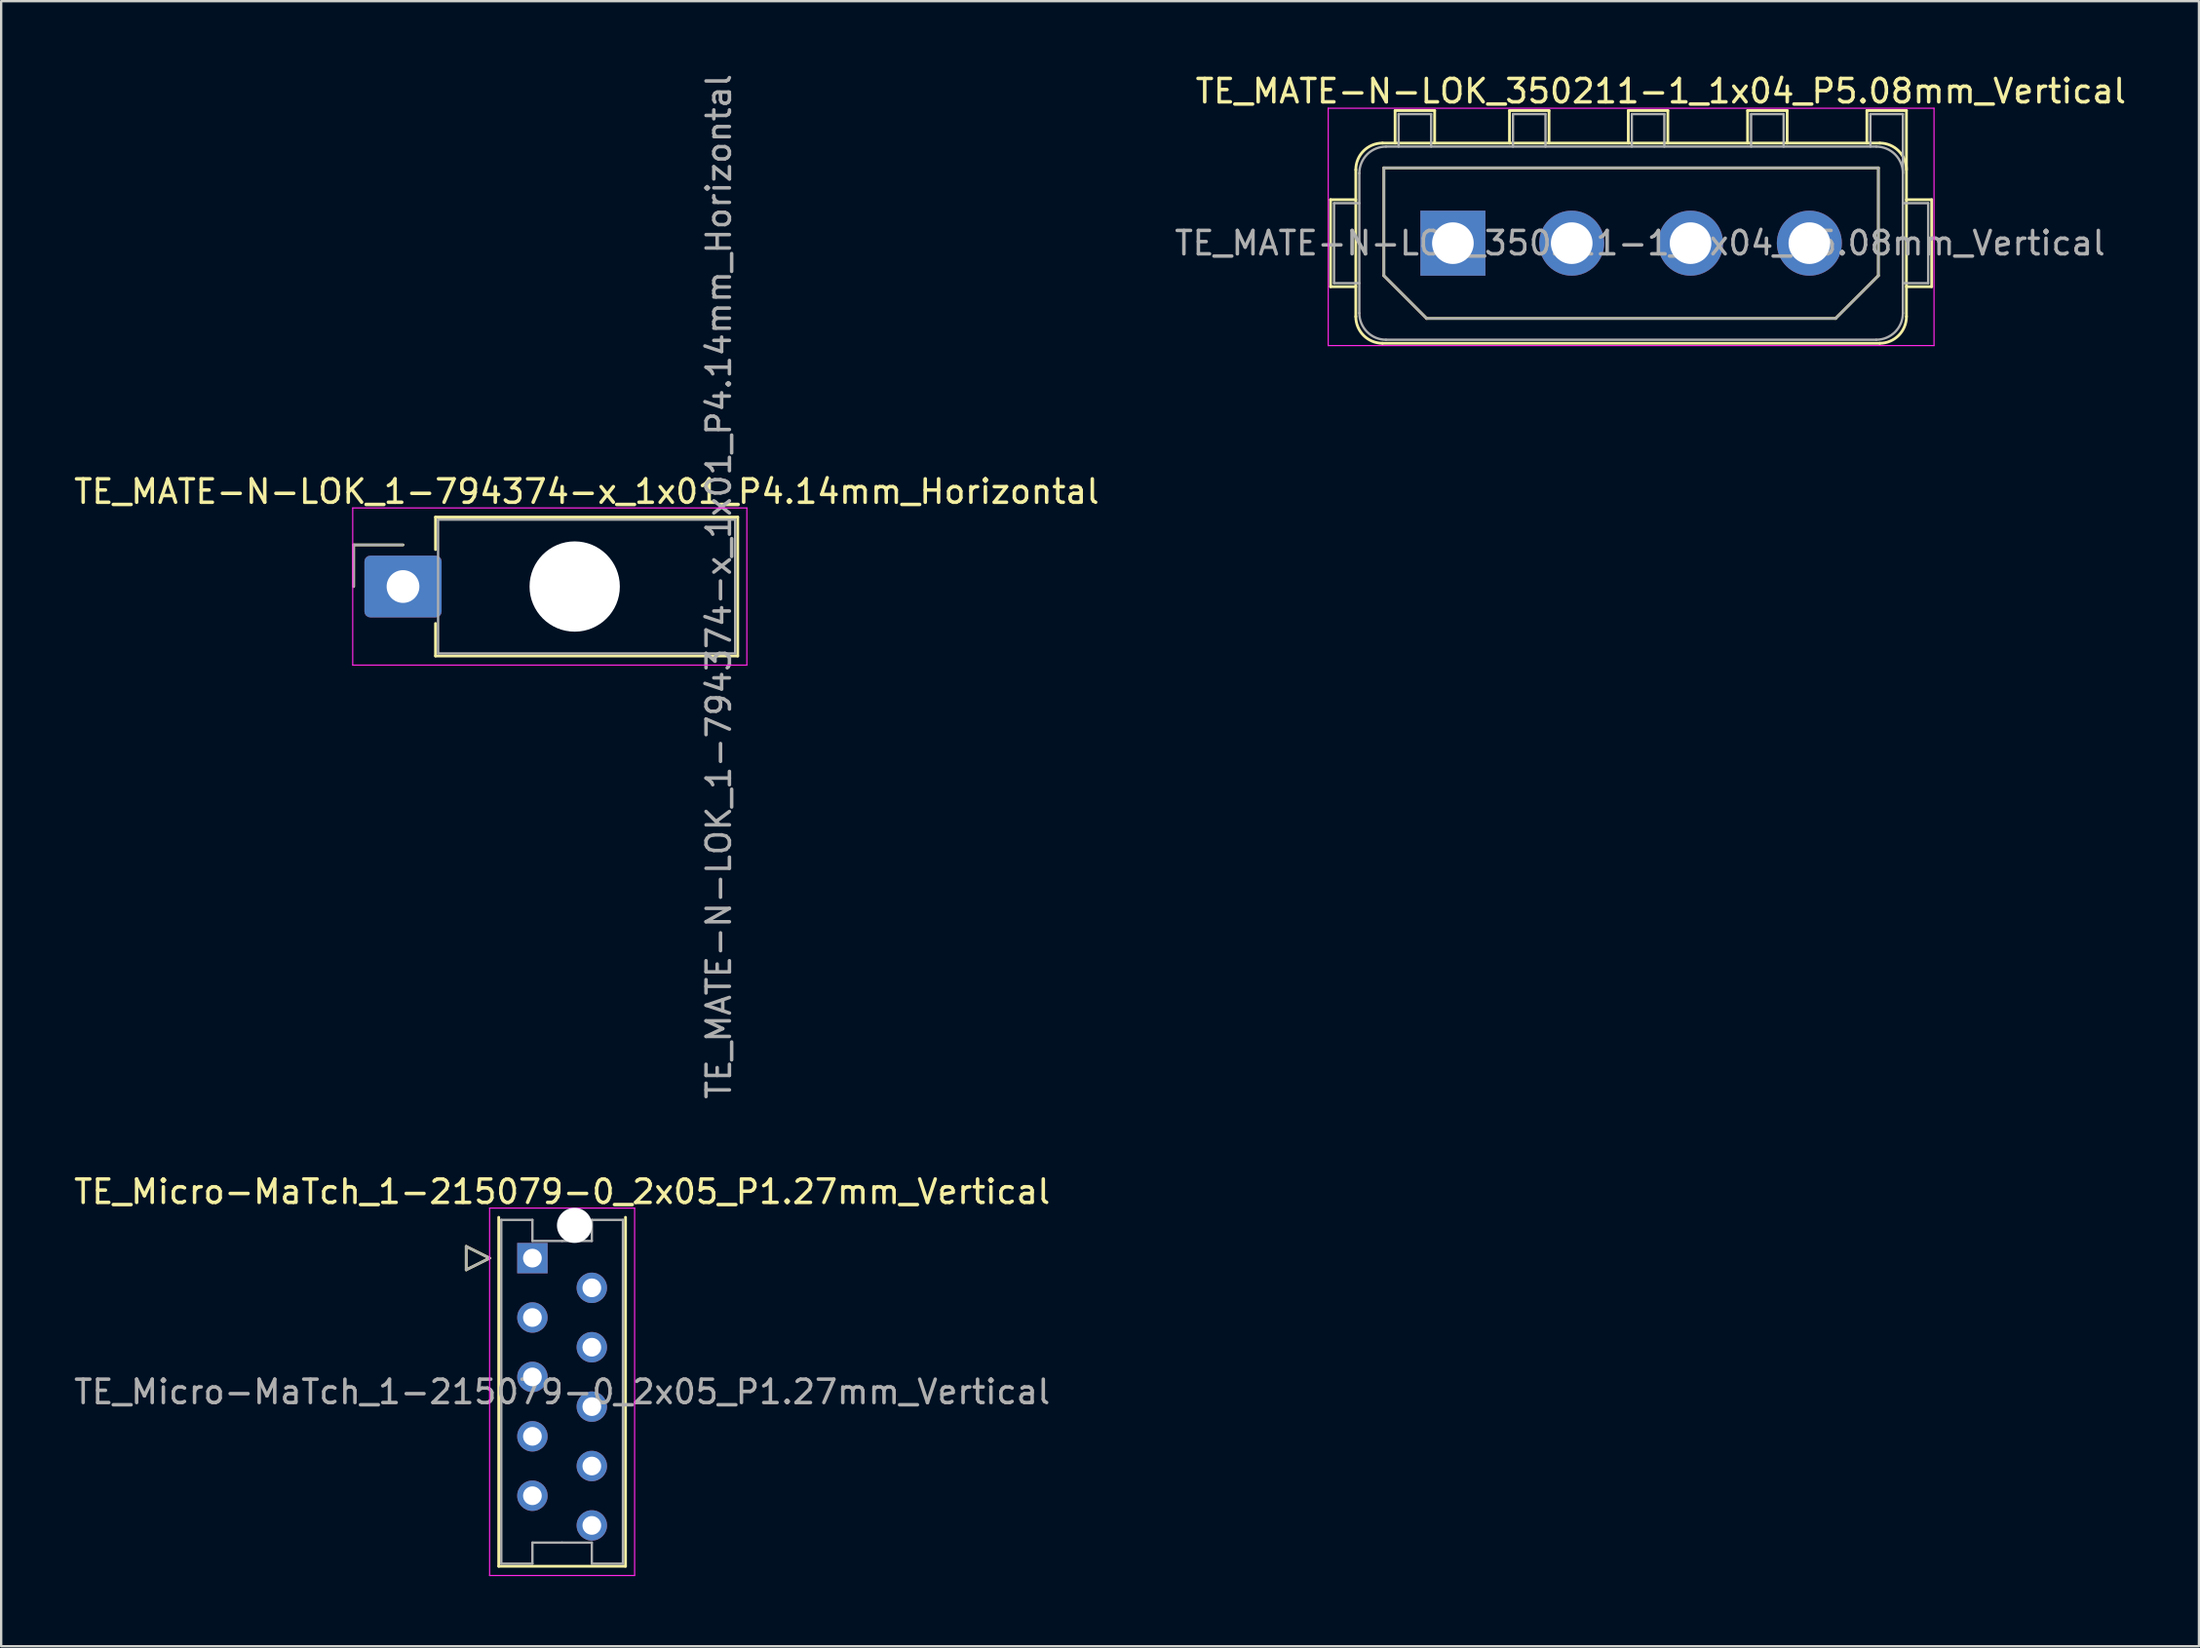
<source format=kicad_pcb>
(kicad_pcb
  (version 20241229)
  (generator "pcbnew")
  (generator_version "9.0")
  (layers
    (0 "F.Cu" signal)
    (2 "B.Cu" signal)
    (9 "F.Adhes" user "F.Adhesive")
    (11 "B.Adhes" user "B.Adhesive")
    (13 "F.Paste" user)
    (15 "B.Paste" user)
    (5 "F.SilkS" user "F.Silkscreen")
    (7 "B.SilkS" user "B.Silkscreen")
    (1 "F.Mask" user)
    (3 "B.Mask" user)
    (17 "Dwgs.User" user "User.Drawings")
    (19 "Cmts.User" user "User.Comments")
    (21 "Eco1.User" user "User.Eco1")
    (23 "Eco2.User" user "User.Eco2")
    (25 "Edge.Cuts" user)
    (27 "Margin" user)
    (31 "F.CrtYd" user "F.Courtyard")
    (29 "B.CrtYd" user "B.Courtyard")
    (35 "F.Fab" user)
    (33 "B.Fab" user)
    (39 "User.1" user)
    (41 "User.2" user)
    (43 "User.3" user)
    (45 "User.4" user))
  (footprint "TE_Micro-MaTch_1-215079-0_2x05_P1.27mm_Vertical"
    (layer "F.Cu")
    (at 19.712 50.748)
    (property "Reference" "TE_Micro-MaTch_1-215079-0_2x05_P1.27mm_Vertical" (at 1.27 -2.84 0) (layer "F.SilkS") (effects (font (size 1 1) (thickness 0.15))))
    (attr through_hole)
    (fp_line (start -2.83 -0.5) (end -1.83 0) (stroke (width 0.12) (type solid)) (layer "F.SilkS"))
    (fp_line (start -2.83 0.5) (end -2.83 -0.5) (stroke (width 0.12) (type solid)) (layer "F.SilkS"))
    (fp_line (start -1.83 0) (end -2.83 0.5) (stroke (width 0.12) (type solid)) (layer "F.SilkS"))
    (fp_line (start -1.44 -1.745) (end -1.44 13.175) (stroke (width 0.12) (type solid)) (layer "F.SilkS"))
    (fp_line (start -1.44 13.175) (end 3.98 13.175) (stroke (width 0.12) (type solid)) (layer "F.SilkS"))
    (fp_line (start 3.98 13.175) (end 3.98 -1.745) (stroke (width 0.12) (type solid)) (layer "F.SilkS"))
    (fp_line (start -1.83 -2.14) (end -1.83 13.57) (stroke (width 0.05) (type solid)) (layer "F.CrtYd"))
    (fp_line (start -1.83 13.57) (end 4.37 13.57) (stroke (width 0.05) (type solid)) (layer "F.CrtYd"))
    (fp_line (start 4.37 -2.14) (end -1.83 -2.14) (stroke (width 0.05) (type solid)) (layer "F.CrtYd"))
    (fp_line (start 4.37 13.57) (end 4.37 -2.14) (stroke (width 0.05) (type solid)) (layer "F.CrtYd"))
    (fp_line (start -2.83 -0.5) (end -1.83 0) (stroke (width 0.1) (type solid)) (layer "F.Fab"))
    (fp_line (start -2.83 0.5) (end -2.83 -0.5) (stroke (width 0.1) (type solid)) (layer "F.Fab"))
    (fp_line (start -1.83 0) (end -2.83 0.5) (stroke (width 0.1) (type solid)) (layer "F.Fab"))
    (fp_line (start -1.33 -1.635) (end -1.33 5.715) (stroke (width 0.1) (type solid)) (layer "F.Fab"))
    (fp_line (start -1.33 13.065) (end -1.33 5.715) (stroke (width 0.1) (type solid)) (layer "F.Fab"))
    (fp_line (start 0 -1.635) (end -1.33 -1.635) (stroke (width 0.1) (type solid)) (layer "F.Fab"))
    (fp_line (start 0 -0.735) (end 0 -1.635) (stroke (width 0.1) (type solid)) (layer "F.Fab"))
    (fp_line (start 0 12.165) (end 0 13.065) (stroke (width 0.1) (type solid)) (layer "F.Fab"))
    (fp_line (start 0 13.065) (end -1.33 13.065) (stroke (width 0.1) (type solid)) (layer "F.Fab"))
    (fp_line (start 1.27 -0.735) (end 0 -0.735) (stroke (width 0.1) (type solid)) (layer "F.Fab"))
    (fp_line (start 1.27 -0.735) (end 2.54 -0.735) (stroke (width 0.1) (type solid)) (layer "F.Fab"))
    (fp_line (start 1.27 12.165) (end 0 12.165) (stroke (width 0.1) (type solid)) (layer "F.Fab"))
    (fp_line (start 1.27 12.165) (end 2.54 12.165) (stroke (width 0.1) (type solid)) (layer "F.Fab"))
    (fp_line (start 2.54 -1.635) (end 3.87 -1.635) (stroke (width 0.1) (type solid)) (layer "F.Fab"))
    (fp_line (start 2.54 -0.735) (end 2.54 -1.635) (stroke (width 0.1) (type solid)) (layer "F.Fab"))
    (fp_line (start 2.54 12.165) (end 2.54 13.065) (stroke (width 0.1) (type solid)) (layer "F.Fab"))
    (fp_line (start 2.54 13.065) (end 3.87 13.065) (stroke (width 0.1) (type solid)) (layer "F.Fab"))
    (fp_line (start 3.87 -1.635) (end 3.87 5.715) (stroke (width 0.1) (type solid)) (layer "F.Fab"))
    (fp_line (start 3.87 13.065) (end 3.87 5.715) (stroke (width 0.1) (type solid)) (layer "F.Fab"))
    (fp_text user "${REFERENCE}" (at 1.27 5.72 0) (layer "F.Fab") (effects (font (size 1 1) (thickness 0.15))))
    (pad "" np_thru_hole circle (at 1.8 -1.4) (size 1.5 1.5) (drill 1.5) (layers "*.Cu" "*.Mask"))
    (pad "1" thru_hole rect (at 0 0) (size 1.3 1.3) (drill 0.8) (layers "*.Cu" "*.Mask"))
    (pad "2" thru_hole circle (at 2.54 1.27) (size 1.3 1.3) (drill 0.8) (layers "*.Cu" "*.Mask"))
    (pad "3" thru_hole circle (at 0 2.54) (size 1.3 1.3) (drill 0.8) (layers "*.Cu" "*.Mask"))
    (pad "4" thru_hole circle (at 2.54 3.81) (size 1.3 1.3) (drill 0.8) (layers "*.Cu" "*.Mask"))
    (pad "5" thru_hole circle (at 0 5.08) (size 1.3 1.3) (drill 0.8) (layers "*.Cu" "*.Mask"))
    (pad "6" thru_hole circle (at 2.54 6.35) (size 1.3 1.3) (drill 0.8) (layers "*.Cu" "*.Mask"))
    (pad "7" thru_hole circle (at 0 7.62) (size 1.3 1.3) (drill 0.8) (layers "*.Cu" "*.Mask"))
    (pad "8" thru_hole circle (at 2.54 8.89) (size 1.3 1.3) (drill 0.8) (layers "*.Cu" "*.Mask"))
    (pad "9" thru_hole circle (at 0 10.16) (size 1.3 1.3) (drill 0.8) (layers "*.Cu" "*.Mask"))
    (pad "10" thru_hole circle (at 2.54 11.43) (size 1.3 1.3) (drill 0.8) (layers "*.Cu" "*.Mask")))
  (footprint "TE_MATE-N-LOK_1-794374-x_1x01_P4.14mm_Horizontal"
    (layer "F.Cu")
    (at 14.18 22.03)
    (property "Reference" "TE_MATE-N-LOK_1-794374-x_1x01_P4.14mm_Horizontal" (at 7.85 -4.06 0) (layer "F.SilkS") (effects (font (size 1 1) (thickness 0.15))))
    (attr through_hole)
    (fp_line (start -2.11 -1.78) (end -2.11 0) (stroke (width 0.12) (type solid)) (layer "F.SilkS"))
    (fp_line (start 0 -1.78) (end -2.11 -1.78) (stroke (width 0.12) (type solid)) (layer "F.SilkS"))
    (fp_line (start 1.39 -2.97) (end 14.31 -2.97) (stroke (width 0.12) (type solid)) (layer "F.SilkS"))
    (fp_line (start 1.39 -1.58) (end 1.39 -2.97) (stroke (width 0.12) (type solid)) (layer "F.SilkS"))
    (fp_line (start 1.39 2.97) (end 1.39 1.58) (stroke (width 0.12) (type solid)) (layer "F.SilkS"))
    (fp_line (start 14.31 -2.97) (end 14.31 2.97) (stroke (width 0.12) (type solid)) (layer "F.SilkS"))
    (fp_line (start 14.31 2.97) (end 1.39 2.97) (stroke (width 0.12) (type solid)) (layer "F.SilkS"))
    (fp_line (start -2.15 -3.36) (end -2.15 3.36) (stroke (width 0.05) (type solid)) (layer "F.CrtYd"))
    (fp_line (start -2.15 3.36) (end 14.7 3.36) (stroke (width 0.05) (type solid)) (layer "F.CrtYd"))
    (fp_line (start 14.7 -3.36) (end -2.15 -3.36) (stroke (width 0.05) (type solid)) (layer "F.CrtYd"))
    (fp_line (start 14.7 3.36) (end 14.7 -3.36) (stroke (width 0.05) (type solid)) (layer "F.CrtYd"))
    (fp_line (start -2.11 -1.78) (end -2.11 0) (stroke (width 0.1) (type solid)) (layer "F.Fab"))
    (fp_line (start 0 -1.78) (end -2.11 -1.78) (stroke (width 0.1) (type solid)) (layer "F.Fab"))
    (fp_line (start 1.5 -2.86) (end 1.5 2.86) (stroke (width 0.1) (type solid)) (layer "F.Fab"))
    (fp_line (start 1.5 2.86) (end 14.2 2.86) (stroke (width 0.1) (type solid)) (layer "F.Fab"))
    (fp_line (start 14.2 -2.86) (end 1.5 -2.86) (stroke (width 0.1) (type solid)) (layer "F.Fab"))
    (fp_line (start 14.2 2.86) (end 14.2 -2.86) (stroke (width 0.1) (type solid)) (layer "F.Fab"))
    (fp_text user "${REFERENCE}" (at 13.5 0 90) (layer "F.Fab") (effects (font (size 1 1) (thickness 0.15))))
    (pad "" np_thru_hole circle (at 7.34 0) (size 3.86 3.86) (drill 3.86) (layers "*.Cu" "*.Mask"))
    (pad "1" thru_hole roundrect (at 0 0) (size 3.3 2.64) (drill 1.4) (layers "*.Cu" "*.Mask") (roundrect_rratio 0.095)))
  (footprint "TE_MATE-N-LOK_350211-1_1x04_P5.08mm_Vertical"
    (layer "F.Cu")
    (at 59.065 7.348)
    (property "Reference" "TE_MATE-N-LOK_350211-1_1x04_P5.08mm_Vertical" (at 8.89 -6.5 0) (layer "F.SilkS") (effects (font (size 1 1) (thickness 0.15))))
    (attr through_hole)
    (fp_line (start -5.23 -1.86) (end -4.15 -1.86) (stroke (width 0.12) (type solid)) (layer "F.SilkS"))
    (fp_line (start -5.23 1.86) (end -5.23 -1.86) (stroke (width 0.12) (type solid)) (layer "F.SilkS"))
    (fp_line (start -4.15 -3.14) (end -4.15 3.14) (stroke (width 0.12) (type solid)) (layer "F.SilkS"))
    (fp_line (start -4.15 1.86) (end -5.23 1.86) (stroke (width 0.12) (type solid)) (layer "F.SilkS"))
    (fp_line (start -3.01 4.28) (end 18.25 4.28) (stroke (width 0.12) (type solid)) (layer "F.SilkS"))
    (fp_line (start -2.95 -3.22) (end 18.19 -3.22) (stroke (width 0.12) (type solid)) (layer "F.SilkS"))
    (fp_line (start -2.95 1.39) (end -2.95 -3.22) (stroke (width 0.12) (type solid)) (layer "F.SilkS"))
    (fp_line (start -2.47 -5.67) (end -0.78 -5.67) (stroke (width 0.12) (type solid)) (layer "F.SilkS"))
    (fp_line (start -2.47 -4.28) (end -2.47 -5.67) (stroke (width 0.12) (type solid)) (layer "F.SilkS"))
    (fp_line (start -1.12 3.22) (end -2.95 1.39) (stroke (width 0.12) (type solid)) (layer "F.SilkS"))
    (fp_line (start -0.78 -5.67) (end -0.78 -4.28) (stroke (width 0.12) (type solid)) (layer "F.SilkS"))
    (fp_line (start 2.42 -5.67) (end 4.11 -5.67) (stroke (width 0.12) (type solid)) (layer "F.SilkS"))
    (fp_line (start 2.42 -4.28) (end 2.42 -5.67) (stroke (width 0.12) (type solid)) (layer "F.SilkS"))
    (fp_line (start 4.11 -5.67) (end 4.11 -4.28) (stroke (width 0.12) (type solid)) (layer "F.SilkS"))
    (fp_line (start 7.5 -5.67) (end 9.19 -5.67) (stroke (width 0.12) (type solid)) (layer "F.SilkS"))
    (fp_line (start 7.5 -4.28) (end 7.5 -5.67) (stroke (width 0.12) (type solid)) (layer "F.SilkS"))
    (fp_line (start 9.19 -5.67) (end 9.19 -4.28) (stroke (width 0.12) (type solid)) (layer "F.SilkS"))
    (fp_line (start 12.6 -5.67) (end 14.29 -5.67) (stroke (width 0.12) (type solid)) (layer "F.SilkS"))
    (fp_line (start 12.6 -4.28) (end 12.6 -5.67) (stroke (width 0.12) (type solid)) (layer "F.SilkS"))
    (fp_line (start 14.29 -5.67) (end 14.29 -4.28) (stroke (width 0.12) (type solid)) (layer "F.SilkS"))
    (fp_line (start 16.36 3.22) (end -1.12 3.22) (stroke (width 0.12) (type solid)) (layer "F.SilkS"))
    (fp_line (start 17.7 -5.67) (end 19.39 -5.67) (stroke (width 0.12) (type solid)) (layer "F.SilkS"))
    (fp_line (start 17.7 -4.28) (end 17.7 -5.67) (stroke (width 0.12) (type solid)) (layer "F.SilkS"))
    (fp_line (start 18.19 -3.22) (end 18.19 1.39) (stroke (width 0.12) (type solid)) (layer "F.SilkS"))
    (fp_line (start 18.19 1.39) (end 16.36 3.22) (stroke (width 0.12) (type solid)) (layer "F.SilkS"))
    (fp_line (start 18.25 -4.28) (end -3.01 -4.28) (stroke (width 0.12) (type solid)) (layer "F.SilkS"))
    (fp_line (start 19.39 1.86) (end 20.47 1.86) (stroke (width 0.12) (type solid)) (layer "F.SilkS"))
    (fp_line (start 19.39 3.14) (end 19.39 -5.67) (stroke (width 0.12) (type solid)) (layer "F.SilkS"))
    (fp_line (start 20.47 -1.86) (end 19.39 -1.86) (stroke (width 0.12) (type solid)) (layer "F.SilkS"))
    (fp_line (start 20.47 1.86) (end 20.47 -1.86) (stroke (width 0.12) (type solid)) (layer "F.SilkS"))
    (fp_arc (start -4.15 -3.14) (mid -3.816102 -3.946102) (end -3.01 -4.28) (stroke (width 0.12) (type solid)) (layer "F.SilkS"))
    (fp_arc (start -3.01 4.28) (mid -3.816102 3.946102) (end -4.15 3.14) (stroke (width 0.12) (type solid)) (layer "F.SilkS"))
    (fp_arc (start 18.25 -4.28) (mid 19.056102 -3.946102) (end 19.39 -3.14) (stroke (width 0.12) (type solid)) (layer "F.SilkS"))
    (fp_arc (start 19.39 3.14) (mid 19.056102 3.946102) (end 18.25 4.28) (stroke (width 0.12) (type solid)) (layer "F.SilkS"))
    (fp_line (start -5.33 -5.77) (end -5.33 4.38) (stroke (width 0.05) (type solid)) (layer "F.CrtYd"))
    (fp_line (start -5.33 4.38) (end 20.57 4.38) (stroke (width 0.05) (type solid)) (layer "F.CrtYd"))
    (fp_line (start 20.57 -5.77) (end -5.33 -5.77) (stroke (width 0.05) (type solid)) (layer "F.CrtYd"))
    (fp_line (start 20.57 4.38) (end 20.57 -5.77) (stroke (width 0.05) (type solid)) (layer "F.CrtYd"))
    (fp_line (start -5.08 -1.71) (end -4 -1.71) (stroke (width 0.1) (type solid)) (layer "F.Fab"))
    (fp_line (start -5.08 1.71) (end -5.08 -1.71) (stroke (width 0.1) (type solid)) (layer "F.Fab"))
    (fp_line (start -4 -2.99) (end -4 2.99) (stroke (width 0.1) (type solid)) (layer "F.Fab"))
    (fp_line (start -4 1.71) (end -5.08 1.71) (stroke (width 0.1) (type solid)) (layer "F.Fab"))
    (fp_line (start -2.95 -3.22) (end 18.19 -3.22) (stroke (width 0.1) (type solid)) (layer "F.Fab"))
    (fp_line (start -2.95 1.39) (end -2.95 -3.22) (stroke (width 0.1) (type solid)) (layer "F.Fab"))
    (fp_line (start -2.86 4.13) (end 18.1 4.13) (stroke (width 0.1) (type solid)) (layer "F.Fab"))
    (fp_line (start -2.32 -5.52) (end -0.93 -5.52) (stroke (width 0.1) (type solid)) (layer "F.Fab"))
    (fp_line (start -2.32 -4.13) (end -2.32 -5.52) (stroke (width 0.1) (type solid)) (layer "F.Fab"))
    (fp_line (start -1.12 3.22) (end -2.95 1.39) (stroke (width 0.1) (type solid)) (layer "F.Fab"))
    (fp_line (start -0.93 -5.52) (end -0.93 -4.13) (stroke (width 0.1) (type solid)) (layer "F.Fab"))
    (fp_line (start 2.57 -5.52) (end 3.96 -5.52) (stroke (width 0.1) (type solid)) (layer "F.Fab"))
    (fp_line (start 2.57 -4.13) (end 2.57 -5.52) (stroke (width 0.1) (type solid)) (layer "F.Fab"))
    (fp_line (start 3.96 -5.52) (end 3.96 -4.13) (stroke (width 0.1) (type solid)) (layer "F.Fab"))
    (fp_line (start 7.65 -5.52) (end 9.04 -5.52) (stroke (width 0.1) (type solid)) (layer "F.Fab"))
    (fp_line (start 7.65 -4.13) (end 7.65 -5.52) (stroke (width 0.1) (type solid)) (layer "F.Fab"))
    (fp_line (start 9.04 -5.52) (end 9.04 -4.13) (stroke (width 0.1) (type solid)) (layer "F.Fab"))
    (fp_line (start 12.75 -5.52) (end 14.14 -5.52) (stroke (width 0.1) (type solid)) (layer "F.Fab"))
    (fp_line (start 12.75 -4.13) (end 12.75 -5.52) (stroke (width 0.1) (type solid)) (layer "F.Fab"))
    (fp_line (start 14.14 -5.52) (end 14.14 -4.13) (stroke (width 0.1) (type solid)) (layer "F.Fab"))
    (fp_line (start 16.36 3.22) (end -1.12 3.22) (stroke (width 0.1) (type solid)) (layer "F.Fab"))
    (fp_line (start 17.85 -5.52) (end 19.24 -5.52) (stroke (width 0.1) (type solid)) (layer "F.Fab"))
    (fp_line (start 17.85 -4.13) (end 17.85 -5.52) (stroke (width 0.1) (type solid)) (layer "F.Fab"))
    (fp_line (start 18.1 -4.13) (end -2.86 -4.13) (stroke (width 0.1) (type solid)) (layer "F.Fab"))
    (fp_line (start 18.19 -3.22) (end 18.19 1.39) (stroke (width 0.1) (type solid)) (layer "F.Fab"))
    (fp_line (start 18.19 1.39) (end 16.36 3.22) (stroke (width 0.1) (type solid)) (layer "F.Fab"))
    (fp_line (start 19.24 1.71) (end 20.32 1.71) (stroke (width 0.1) (type solid)) (layer "F.Fab"))
    (fp_line (start 19.24 2.99) (end 19.24 -5.52) (stroke (width 0.1) (type solid)) (layer "F.Fab"))
    (fp_line (start 20.32 -1.71) (end 19.24 -1.71) (stroke (width 0.1) (type solid)) (layer "F.Fab"))
    (fp_line (start 20.32 1.71) (end 20.32 -1.71) (stroke (width 0.1) (type solid)) (layer "F.Fab"))
    (fp_arc (start -4 -2.99) (mid -3.666102 -3.796102) (end -2.86 -4.13) (stroke (width 0.1) (type solid)) (layer "F.Fab"))
    (fp_arc (start -2.86 4.13) (mid -3.666102 3.796102) (end -4 2.99) (stroke (width 0.1) (type solid)) (layer "F.Fab"))
    (fp_arc (start 18.1 -4.13) (mid 18.906102 -3.796102) (end 19.24 -2.99) (stroke (width 0.1) (type solid)) (layer "F.Fab"))
    (fp_arc (start 19.24 2.99) (mid 18.906102 3.796102) (end 18.1 4.13) (stroke (width 0.1) (type solid)) (layer "F.Fab"))
    (fp_text user "${REFERENCE}" (at 8 0 0) (layer "F.Fab") (effects (font (size 1 1) (thickness 0.15))))
    (pad "1" thru_hole rect (at 0 0) (size 2.78 2.78) (drill 1.78) (layers "*.Cu" "*.Mask"))
    (pad "2" thru_hole circle (at 5.08 0) (size 2.78 2.78) (drill 1.78) (layers "*.Cu" "*.Mask"))
    (pad "3" thru_hole circle (at 10.16 0) (size 2.78 2.78) (drill 1.78) (layers "*.Cu" "*.Mask"))
    (pad "4" thru_hole circle (at 15.24 0) (size 2.78 2.78) (drill 1.78) (layers "*.Cu" "*.Mask")))
  (gr_rect
    (start -3 -3)
    (end 90.961 67.343)
    (stroke (width 0.1) (type default))
    (fill no)
    (layer "Edge.Cuts")))
</source>
